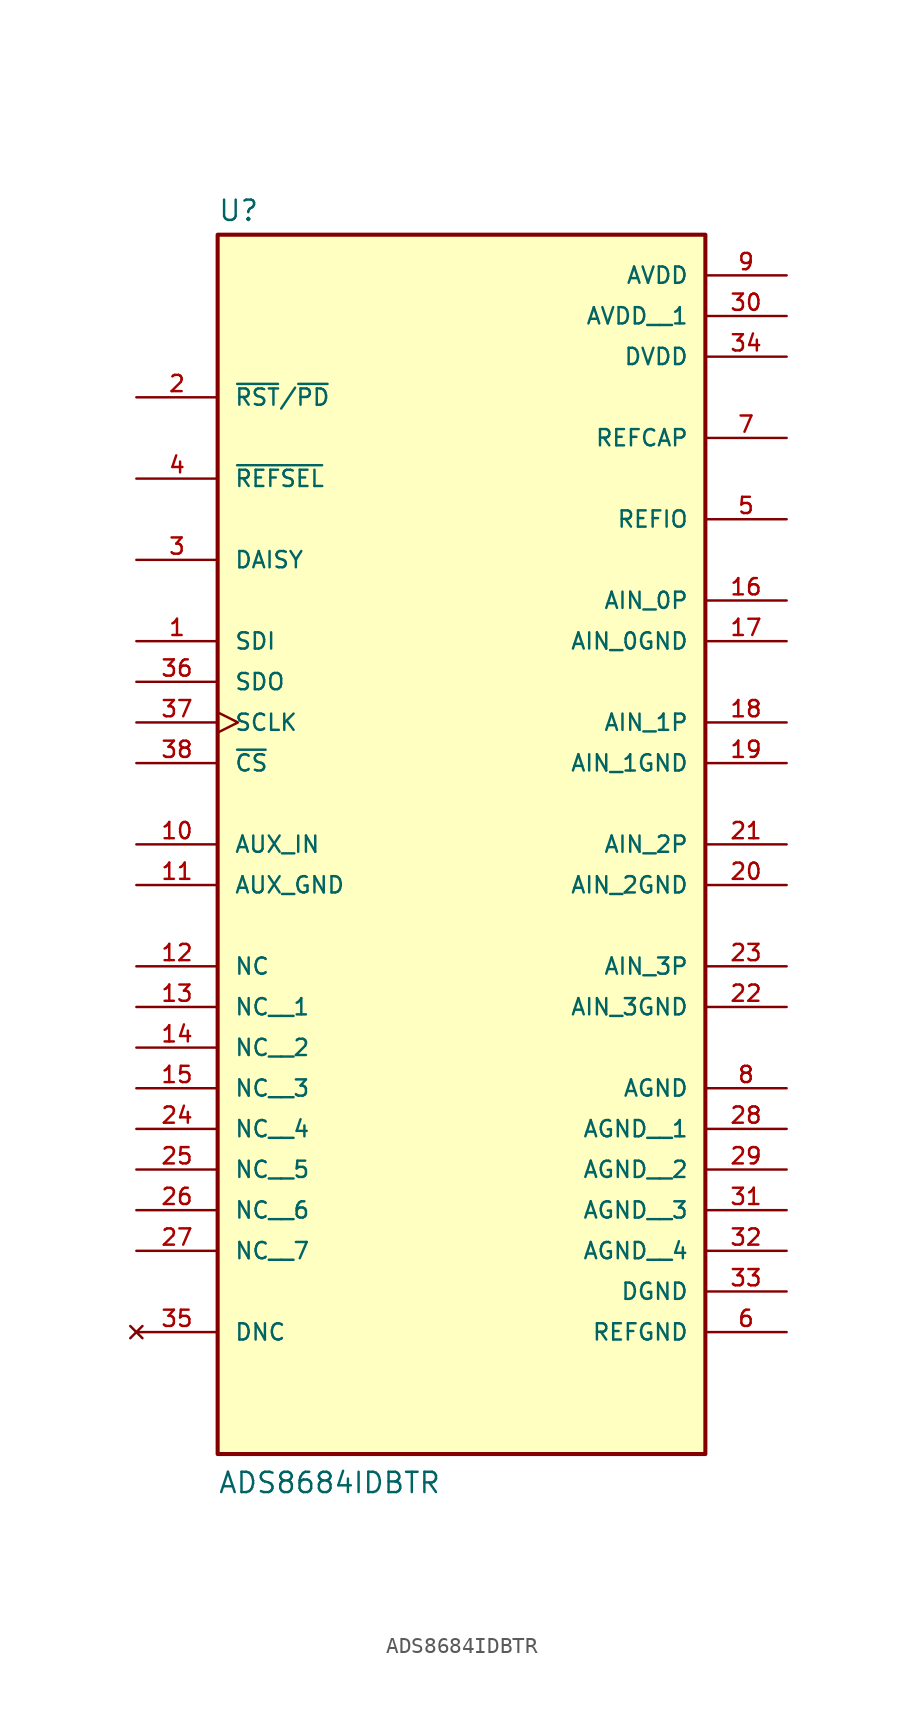
<source format=kicad_sym>
(kicad_symbol_lib
  (version 20211014)
  (generator kicad_symbol_editor)
  (symbol "ADS8684IDBTR"
    (pin_names
      (offset 1.016))
    (property "Reference" "U"
      (at -15.24 31.242 0)
      (effects (font (size 1.27 1.27)) (justify bottom left)))
    (property "Value" "ADS8684IDBTR"
      (at -15.24 -48.26 0)
      (effects (font (size 1.27 1.27)) (justify bottom left)))
    (symbol "ADS8684IDBTR_0_0"
      (rectangle (start -15.24 -45.72) (end 15.24 30.48) (stroke (width 0.254)) (fill (type background)))
      (pin input line (at -20.32 5.08 0) (length 5.08) (name "SDI" (effects (font (size 1.016 1.016)))) (number "1" (effects (font (size 1.016 1.016)))))
      (pin input line (at -20.32 20.32 0) (length 5.08) (name "~{RST}/~{PD}" (effects (font (size 1.016 1.016)))) (number "2" (effects (font (size 1.016 1.016)))))
      (pin input line (at -20.32 10.16 0) (length 5.08) (name "DAISY" (effects (font (size 1.016 1.016)))) (number "3" (effects (font (size 1.016 1.016)))))
      (pin input line (at -20.32 15.24 0) (length 5.08) (name "~{REFSEL}" (effects (font (size 1.016 1.016)))) (number "4" (effects (font (size 1.016 1.016)))))
      (pin bidirectional line (at 20.32 12.7 180.0) (length 5.08) (name "REFIO" (effects (font (size 1.016 1.016)))) (number "5" (effects (font (size 1.016 1.016)))))
      (pin power_in line (at 20.32 -38.1 180.0) (length 5.08) (name "REFGND" (effects (font (size 1.016 1.016)))) (number "6" (effects (font (size 1.016 1.016)))))
      (pin output line (at 20.32 17.78 180.0) (length 5.08) (name "REFCAP" (effects (font (size 1.016 1.016)))) (number "7" (effects (font (size 1.016 1.016)))))
      (pin power_in line (at 20.32 -22.86 180.0) (length 5.08) (name "AGND" (effects (font (size 1.016 1.016)))) (number "8" (effects (font (size 1.016 1.016)))))
      (pin power_in line (at 20.32 27.94 180.0) (length 5.08) (name "AVDD" (effects (font (size 1.016 1.016)))) (number "9" (effects (font (size 1.016 1.016)))))
      (pin input line (at -20.32 -7.62 0) (length 5.08) (name "AUX_IN" (effects (font (size 1.016 1.016)))) (number "10" (effects (font (size 1.016 1.016)))))
      (pin input line (at -20.32 -10.16 0) (length 5.08) (name "AUX_GND" (effects (font (size 1.016 1.016)))) (number "11" (effects (font (size 1.016 1.016)))))
      (pin passive line (at -20.32 -15.24 0) (length 5.08) (name "NC" (effects (font (size 1.016 1.016)))) (number "12" (effects (font (size 1.016 1.016)))))
      (pin input line (at 20.32 7.62 180.0) (length 5.08) (name "AIN_0P" (effects (font (size 1.016 1.016)))) (number "16" (effects (font (size 1.016 1.016)))))
      (pin input line (at 20.32 5.08 180.0) (length 5.08) (name "AIN_0GND" (effects (font (size 1.016 1.016)))) (number "17" (effects (font (size 1.016 1.016)))))
      (pin input line (at 20.32 0.0 180.0) (length 5.08) (name "AIN_1P" (effects (font (size 1.016 1.016)))) (number "18" (effects (font (size 1.016 1.016)))))
      (pin input line (at 20.32 -2.54 180.0) (length 5.08) (name "AIN_1GND" (effects (font (size 1.016 1.016)))) (number "19" (effects (font (size 1.016 1.016)))))
      (pin input line (at 20.32 -7.62 180.0) (length 5.08) (name "AIN_2P" (effects (font (size 1.016 1.016)))) (number "21" (effects (font (size 1.016 1.016)))))
      (pin input line (at 20.32 -10.16 180.0) (length 5.08) (name "AIN_2GND" (effects (font (size 1.016 1.016)))) (number "20" (effects (font (size 1.016 1.016)))))
      (pin input line (at 20.32 -15.24 180.0) (length 5.08) (name "AIN_3P" (effects (font (size 1.016 1.016)))) (number "23" (effects (font (size 1.016 1.016)))))
      (pin input line (at 20.32 -17.78 180.0) (length 5.08) (name "AIN_3GND" (effects (font (size 1.016 1.016)))) (number "22" (effects (font (size 1.016 1.016)))))
      (pin power_in line (at 20.32 -35.56 180.0) (length 5.08) (name "DGND" (effects (font (size 1.016 1.016)))) (number "33" (effects (font (size 1.016 1.016)))))
      (pin no_connect line (at -20.32 -38.1 0) (length 5.08) (name "DNC" (effects (font (size 1.016 1.016)))) (number "35" (effects (font (size 1.016 1.016)))))
      (pin output line (at -20.32 2.54 0) (length 5.08) (name "SDO" (effects (font (size 1.016 1.016)))) (number "36" (effects (font (size 1.016 1.016)))))
      (pin input clock (at -20.32 0.0 0) (length 5.08) (name "SCLK" (effects (font (size 1.016 1.016)))) (number "37" (effects (font (size 1.016 1.016)))))
      (pin input line (at -20.32 -2.54 0) (length 5.08) (name "~{CS}" (effects (font (size 1.016 1.016)))) (number "38" (effects (font (size 1.016 1.016)))))
      (pin power_in line (at 20.32 22.86 180.0) (length 5.08) (name "DVDD" (effects (font (size 1.016 1.016)))) (number "34" (effects (font (size 1.016 1.016)))))
      (pin passive line (at -20.32 -17.78 0) (length 5.08) (name "NC__1" (effects (font (size 1.016 1.016)))) (number "13" (effects (font (size 1.016 1.016)))))
      (pin passive line (at -20.32 -20.32 0) (length 5.08) (name "NC__2" (effects (font (size 1.016 1.016)))) (number "14" (effects (font (size 1.016 1.016)))))
      (pin passive line (at -20.32 -22.86 0) (length 5.08) (name "NC__3" (effects (font (size 1.016 1.016)))) (number "15" (effects (font (size 1.016 1.016)))))
      (pin passive line (at -20.32 -25.4 0) (length 5.08) (name "NC__4" (effects (font (size 1.016 1.016)))) (number "24" (effects (font (size 1.016 1.016)))))
      (pin passive line (at -20.32 -27.94 0) (length 5.08) (name "NC__5" (effects (font (size 1.016 1.016)))) (number "25" (effects (font (size 1.016 1.016)))))
      (pin passive line (at -20.32 -30.48 0) (length 5.08) (name "NC__6" (effects (font (size 1.016 1.016)))) (number "26" (effects (font (size 1.016 1.016)))))
      (pin passive line (at -20.32 -33.02 0) (length 5.08) (name "NC__7" (effects (font (size 1.016 1.016)))) (number "27" (effects (font (size 1.016 1.016)))))
      (pin power_in line (at 20.32 25.4 180.0) (length 5.08) (name "AVDD__1" (effects (font (size 1.016 1.016)))) (number "30" (effects (font (size 1.016 1.016)))))
      (pin power_in line (at 20.32 -25.4 180.0) (length 5.08) (name "AGND__1" (effects (font (size 1.016 1.016)))) (number "28" (effects (font (size 1.016 1.016)))))
      (pin power_in line (at 20.32 -27.94 180.0) (length 5.08) (name "AGND__2" (effects (font (size 1.016 1.016)))) (number "29" (effects (font (size 1.016 1.016)))))
      (pin power_in line (at 20.32 -30.48 180.0) (length 5.08) (name "AGND__3" (effects (font (size 1.016 1.016)))) (number "31" (effects (font (size 1.016 1.016)))))
      (pin power_in line (at 20.32 -33.02 180.0) (length 5.08) (name "AGND__4" (effects (font (size 1.016 1.016)))) (number "32" (effects (font (size 1.016 1.016))))))))
</source>
